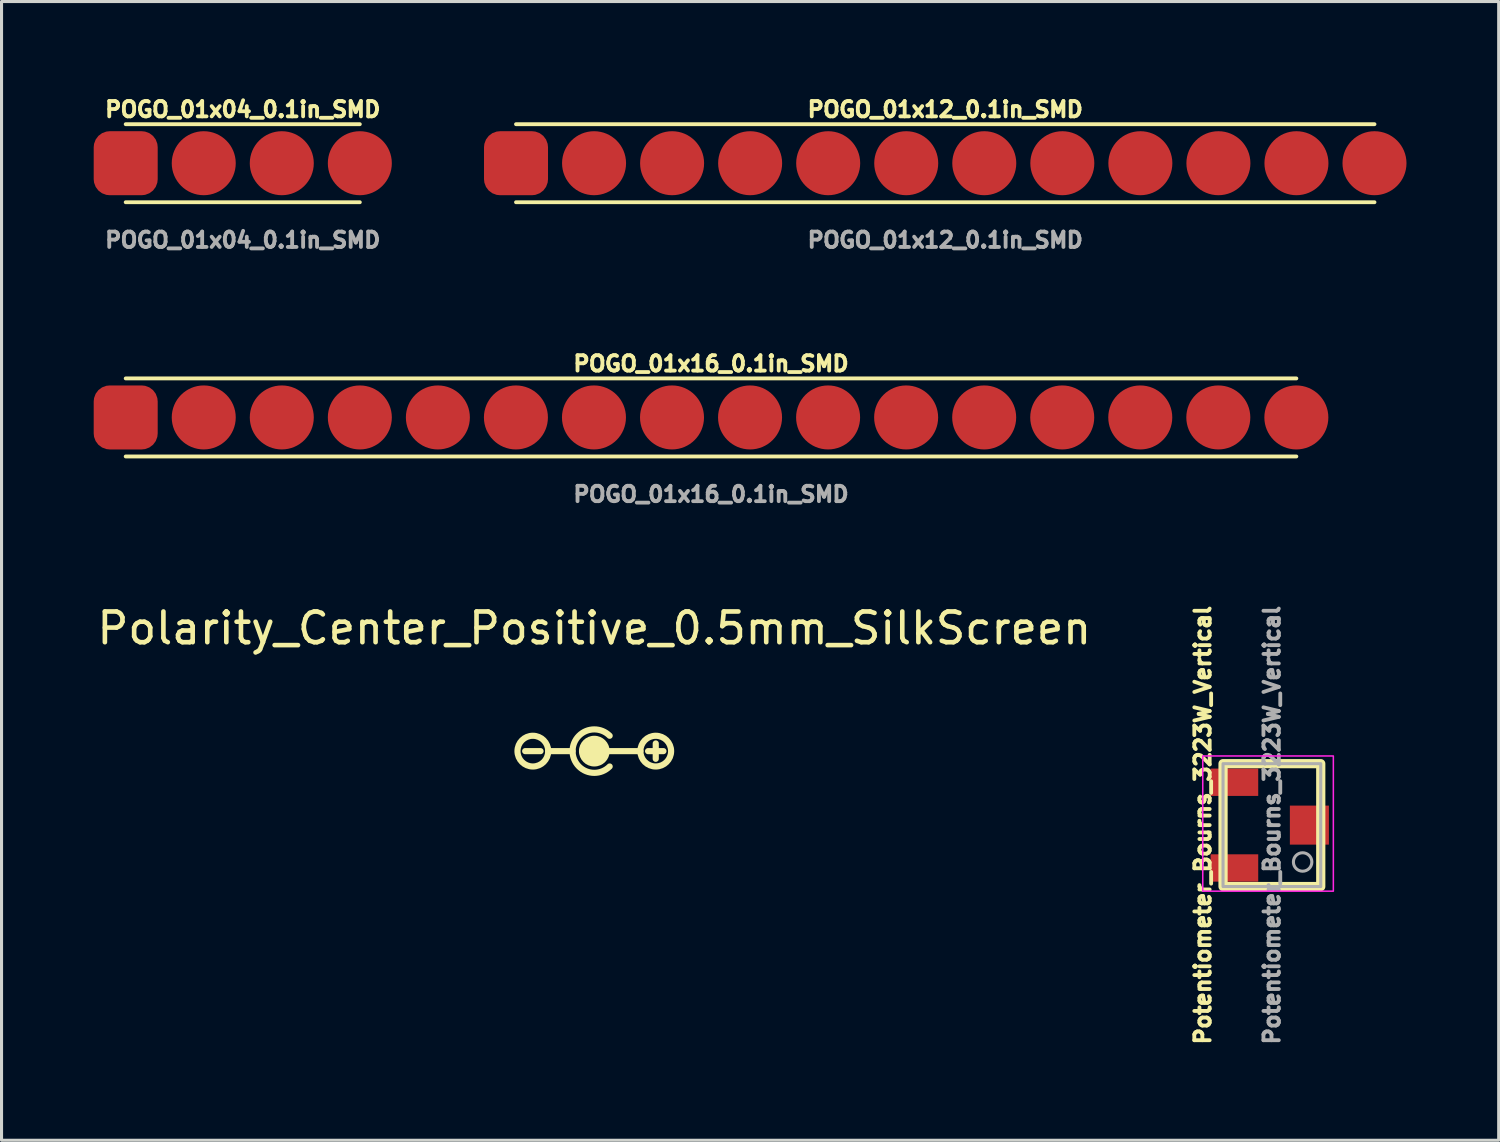
<source format=kicad_pcb>
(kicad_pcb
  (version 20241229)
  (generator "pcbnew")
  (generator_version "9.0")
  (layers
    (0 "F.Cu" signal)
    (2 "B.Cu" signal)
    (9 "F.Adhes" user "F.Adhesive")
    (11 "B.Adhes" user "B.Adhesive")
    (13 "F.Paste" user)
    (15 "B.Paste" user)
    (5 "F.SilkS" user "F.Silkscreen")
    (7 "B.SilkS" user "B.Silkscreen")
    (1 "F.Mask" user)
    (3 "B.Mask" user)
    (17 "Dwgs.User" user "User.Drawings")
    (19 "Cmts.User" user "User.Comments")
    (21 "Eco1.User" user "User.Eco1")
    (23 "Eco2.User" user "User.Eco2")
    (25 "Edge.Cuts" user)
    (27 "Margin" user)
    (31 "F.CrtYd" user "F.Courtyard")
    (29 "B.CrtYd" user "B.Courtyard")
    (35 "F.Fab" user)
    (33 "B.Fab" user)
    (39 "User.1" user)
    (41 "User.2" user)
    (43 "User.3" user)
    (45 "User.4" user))
  (footprint "Potentiometer_Bourns_3223W_Vertical"
    (layer "F.Cu")
    (at 38.345 23.804)
    (property "Reference" "Potentiometer_Bourns_3223W_Vertical" (at -2.25 0 90) (layer "F.SilkS") (effects (font (size 0.5 0.5) (thickness 0.125) (bold yes))))
    (attr smd)
    (fp_rect (start -1.59 -2) (end 1.59 2) (stroke (width 0.3) (type default)) (fill no) (layer "F.SilkS"))
    (fp_rect (start -2.25 -2.25) (end 2 2.15) (stroke (width 0.05) (type default)) (fill no) (layer "F.CrtYd"))
    (fp_rect (start -1.59 -2) (end 1.59 2) (stroke (width 0.1) (type default)) (fill no) (layer "F.Fab"))
    (fp_circle (center 1 1.2) (end 1.3 1.2) (stroke (width 0.1) (type solid)) (fill no) (layer "F.Fab"))
    (fp_text user "${REFERENCE}" (at 0 0 90) (layer "F.Fab") (effects (font (size 0.5 0.5) (thickness 0.125) (bold yes))))
    (pad "1" smd rect (at -1.22 -1.395) (size 1.55 0.89) (layers "F.Cu" "F.Mask" "F.Paste"))
    (pad "2" smd rect (at 1.22 0) (size 1.27 1.27) (layers "F.Cu" "F.Mask" "F.Paste"))
    (pad "3" smd rect (at -1.22 1.395) (size 1.55 0.89) (layers "F.Cu" "F.Mask" "F.Paste")))
  (footprint "POGO_01x12_0.1in_SMD"
    (layer "F.Cu")
    (at 27.714 2.262)
    (property "Reference" "POGO_01x12_0.1in_SMD" (at 0 -1.75 0) (unlocked yes) (layer "F.SilkS") (effects (font (size 0.5 0.5) (thickness 0.125))))
    (attr smd)
    (fp_line (start -13.97 1.27) (end 13.97 1.27) (stroke (width 0.125) (type solid)) (layer "F.SilkS"))
    (fp_line (start 13.97 -1.27) (end -13.97 -1.27) (stroke (width 0.125) (type solid)) (layer "F.SilkS"))
    (fp_text user "${REFERENCE}" (at 0 2.5 0) (unlocked yes) (layer "F.Fab") (effects (font (size 0.5 0.5) (thickness 0.125))))
    (pad "1" smd roundrect (at -13.97 0) (size 2.083 2.083) (layers "F.Cu" "F.Mask" "F.Paste") (roundrect_rratio 0.25))
    (pad "2" smd circle (at -11.43 0) (size 2.083 2.083) (layers "F.Cu" "F.Mask" "F.Paste"))
    (pad "3" smd circle (at -8.89 0) (size 2.083 2.083) (layers "F.Cu" "F.Mask" "F.Paste"))
    (pad "4" smd circle (at -6.35 0) (size 2.083 2.083) (layers "F.Cu" "F.Mask" "F.Paste"))
    (pad "5" smd circle (at -3.81 0) (size 2.083 2.083) (layers "F.Cu" "F.Mask" "F.Paste"))
    (pad "6" smd circle (at -1.27 0) (size 2.083 2.083) (layers "F.Cu" "F.Mask" "F.Paste"))
    (pad "7" smd circle (at 1.27 0) (size 2.083 2.083) (layers "F.Cu" "F.Mask" "F.Paste"))
    (pad "8" smd circle (at 3.81 0) (size 2.083 2.083) (layers "F.Cu" "F.Mask" "F.Paste"))
    (pad "9" smd circle (at 6.35 0) (size 2.083 2.083) (layers "F.Cu" "F.Mask" "F.Paste"))
    (pad "10" smd circle (at 8.89 0) (size 2.083 2.083) (layers "F.Cu" "F.Mask" "F.Paste"))
    (pad "11" smd circle (at 11.43 0) (size 2.083 2.083) (layers "F.Cu" "F.Mask" "F.Paste"))
    (pad "12" smd circle (at 13.97 0) (size 2.083 2.083) (layers "F.Cu" "F.Mask" "F.Paste")))
  (footprint "POGO_01x16_0.1in_SMD"
    (layer "F.Cu")
    (at 20.091 10.536)
    (property "Reference" "POGO_01x16_0.1in_SMD" (at 0 -1.75 0) (unlocked yes) (layer "F.SilkS") (effects (font (size 0.5 0.5) (thickness 0.125))))
    (attr smd)
    (fp_line (start -19.05 1.27) (end 19.05 1.27) (stroke (width 0.125) (type solid)) (layer "F.SilkS"))
    (fp_line (start 19.05 -1.27) (end -19.05 -1.27) (stroke (width 0.125) (type solid)) (layer "F.SilkS"))
    (fp_text user "${REFERENCE}" (at 0 2.5 0) (unlocked yes) (layer "F.Fab") (effects (font (size 0.5 0.5) (thickness 0.125))))
    (pad "1" smd roundrect (at -19.05 0) (size 2.083 2.083) (layers "F.Cu" "F.Mask" "F.Paste") (roundrect_rratio 0.25))
    (pad "2" smd circle (at -16.51 0) (size 2.083 2.083) (layers "F.Cu" "F.Mask" "F.Paste"))
    (pad "3" smd circle (at -13.97 0) (size 2.083 2.083) (layers "F.Cu" "F.Mask" "F.Paste"))
    (pad "4" smd circle (at -11.43 0) (size 2.083 2.083) (layers "F.Cu" "F.Mask" "F.Paste"))
    (pad "5" smd circle (at -8.89 0) (size 2.083 2.083) (layers "F.Cu" "F.Mask" "F.Paste"))
    (pad "6" smd circle (at -6.35 0) (size 2.083 2.083) (layers "F.Cu" "F.Mask" "F.Paste"))
    (pad "7" smd circle (at -3.81 0) (size 2.083 2.083) (layers "F.Cu" "F.Mask" "F.Paste"))
    (pad "8" smd circle (at -1.27 0) (size 2.083 2.083) (layers "F.Cu" "F.Mask" "F.Paste"))
    (pad "9" smd circle (at 1.27 0) (size 2.083 2.083) (layers "F.Cu" "F.Mask" "F.Paste"))
    (pad "10" smd circle (at 3.81 0) (size 2.083 2.083) (layers "F.Cu" "F.Mask" "F.Paste"))
    (pad "11" smd circle (at 6.35 0) (size 2.083 2.083) (layers "F.Cu" "F.Mask" "F.Paste"))
    (pad "12" smd circle (at 8.89 0) (size 2.083 2.083) (layers "F.Cu" "F.Mask" "F.Paste"))
    (pad "13" smd circle (at 11.43 0) (size 2.083 2.083) (layers "F.Cu" "F.Mask" "F.Paste"))
    (pad "14" smd circle (at 13.97 0) (size 2.083 2.083) (layers "F.Cu" "F.Mask" "F.Paste"))
    (pad "15" smd circle (at 16.51 0) (size 2.083 2.083) (layers "F.Cu" "F.Mask" "F.Paste"))
    (pad "16" smd circle (at 19.05 0) (size 2.083 2.083) (layers "F.Cu" "F.Mask" "F.Paste")))
  (footprint "POGO_01x04_0.1in_SMD"
    (layer "F.Cu")
    (at 4.851 2.262)
    (property "Reference" "POGO_01x04_0.1in_SMD" (at 0 -1.75 0) (unlocked yes) (layer "F.SilkS") (effects (font (size 0.5 0.5) (thickness 0.125))))
    (attr smd)
    (fp_line (start 3.81 -1.27) (end -3.81 -1.27) (stroke (width 0.125) (type solid)) (layer "F.SilkS"))
    (fp_line (start 3.81 1.27) (end -3.81 1.27) (stroke (width 0.125) (type solid)) (layer "F.SilkS"))
    (fp_text user "${REFERENCE}" (at 0 2.5 0) (unlocked yes) (layer "F.Fab") (effects (font (size 0.5 0.5) (thickness 0.125))))
    (pad "1" smd roundrect (at -3.81 0) (size 2.083 2.083) (layers "F.Cu" "F.Mask" "F.Paste") (roundrect_rratio 0.25))
    (pad "2" smd circle (at -1.27 0) (size 2.083 2.083) (layers "F.Cu" "F.Mask" "F.Paste"))
    (pad "3" smd circle (at 1.27 0) (size 2.083 2.083) (layers "F.Cu" "F.Mask" "F.Paste"))
    (pad "4" smd circle (at 3.81 0) (size 2.083 2.083) (layers "F.Cu" "F.Mask" "F.Paste")))
  (footprint "Polarity_Center_Positive_0.5mm_SilkScreen"
    (layer "F.Cu")
    (at 16.292 21.396)
    (property "Reference" "Polarity_Center_Positive_0.5mm_SilkScreen" (at 0 -4 0) (layer "F.SilkS") (effects (font (size 1 1) (thickness 0.15))))
    (attr exclude_from_pos_files exclude_from_bom)
    (fp_line (start -1.75 0) (end -2.25 0) (stroke (width 0.2) (type default)) (layer "F.SilkS"))
    (fp_line (start -1.5 0) (end -0.707 0) (stroke (width 0.2) (type default)) (layer "F.SilkS"))
    (fp_line (start 1.5 0) (end 0.5 0) (stroke (width 0.2) (type default)) (layer "F.SilkS"))
    (fp_line (start 1.75 0) (end 2.25 0) (stroke (width 0.2) (type default)) (layer "F.SilkS"))
    (fp_line (start 2 -0.25) (end 2 0.25) (stroke (width 0.2) (type default)) (layer "F.SilkS"))
    (fp_arc (start 0.499999 0.499999) (mid -0.707105 0) (end 0.499999 -0.499999) (stroke (width 0.2) (type default)) (layer "F.SilkS"))
    (fp_circle (center -2 0) (end -2.5 0) (stroke (width 0.2) (type default)) (fill no) (layer "F.SilkS"))
    (fp_circle (center 0 0) (end 0.4 0) (stroke (width 0.2) (type solid)) (fill yes) (layer "F.SilkS"))
    (fp_circle (center 2 0) (end 2.5 0) (stroke (width 0.2) (type default)) (fill no) (layer "F.SilkS")))
  (gr_rect
    (start -3 -3)
    (end 45.726 34.061)
    (stroke (width 0.1) (type default))
    (fill no)
    (layer "Edge.Cuts")))
</source>
